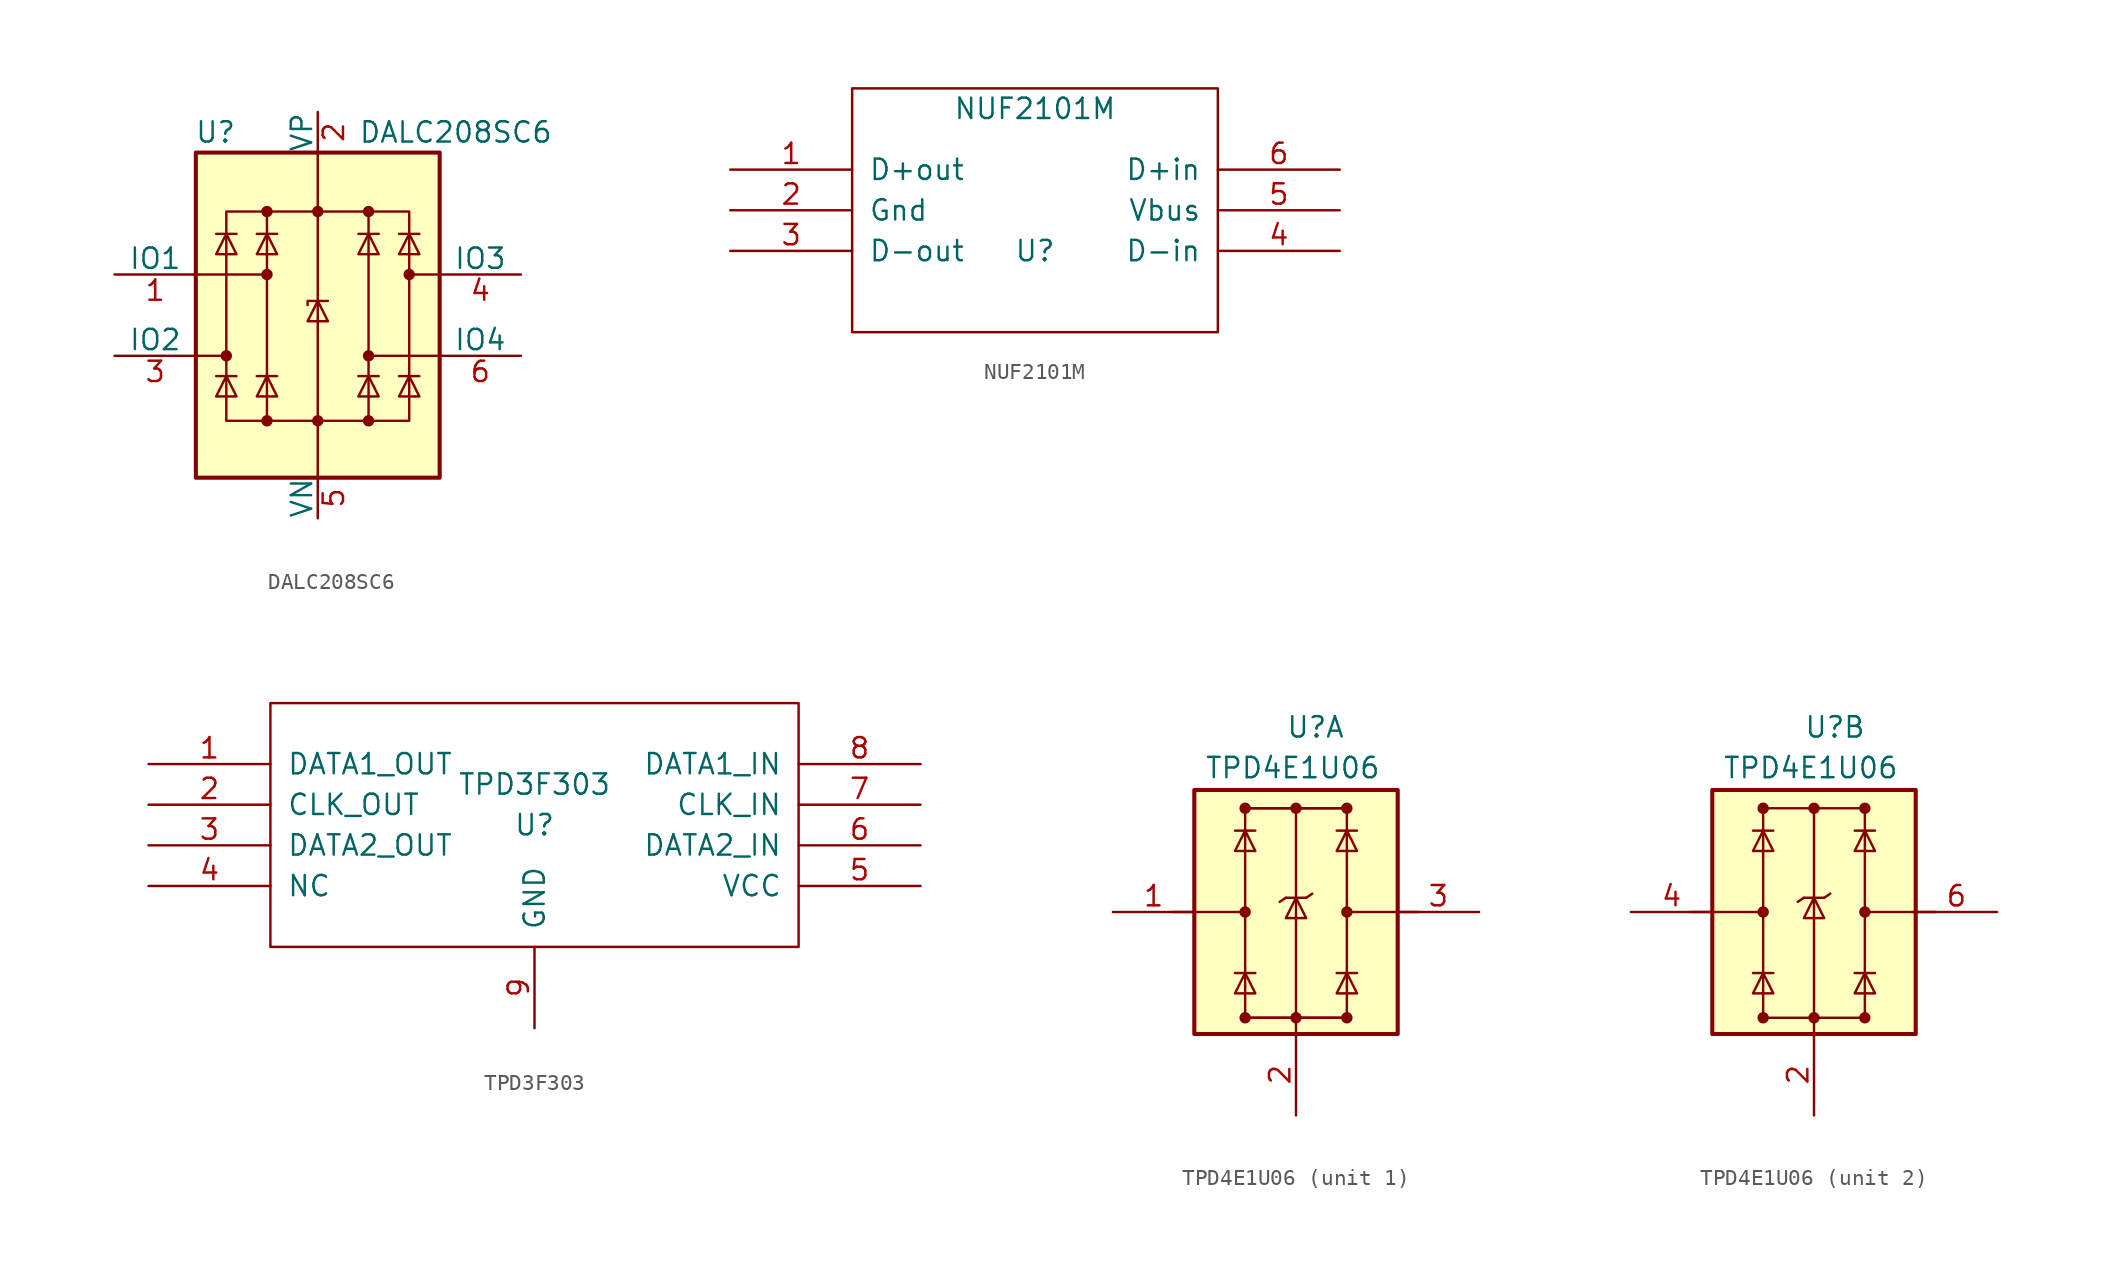
<source format=kicad_sym>
(kicad_symbol_lib
  (version 20211014)
  (generator kicad_symbol_editor)
  (symbol "DALC208SC6"
    (pin_names
      (offset 0))
    (property "Reference" "U"
      (at -5.08 11.43 0)
      (effects (font (size 1.27 1.27)) (justify right)))
    (property "Value" "DALC208SC6"
      (at 2.54 11.43 0)
      (effects (font (size 1.27 1.27)) (justify left)))
    (symbol "DALC208SC6_0_0"
      (rectangle (start -5.715 6.477) (end 5.715 -6.604) (stroke (width 0) (type default) (color 0 0 0 0)) (fill (type none)))
      (polyline (pts (xy -3.175 -6.604) (xy -3.175 6.477)) (stroke (width 0) (type default) (color 0 0 0 0)) (fill (type none)))
      (polyline (pts (xy 3.175 6.477) (xy 3.175 -6.604)) (stroke (width 0) (type default) (color 0 0 0 0)) (fill (type none))))
    (symbol "DALC208SC6_0_1"
      (rectangle (start -7.62 10.16) (end 7.62 -10.16) (stroke (width 0.254) (type default) (color 0 0 0 0)) (fill (type background)))
      (circle (center -5.715 -2.54) (radius 0.279) (stroke (width 0) (type default) (color 0 0 0 0)) (fill (type outline)))
      (circle (center -3.175 -6.604) (radius 0.279) (stroke (width 0) (type default) (color 0 0 0 0)) (fill (type outline)))
      (circle (center -3.175 2.54) (radius 0.279) (stroke (width 0) (type default) (color 0 0 0 0)) (fill (type outline)))
      (circle (center -3.175 6.477) (radius 0.279) (stroke (width 0) (type default) (color 0 0 0 0)) (fill (type outline)))
      (circle (center 0 -6.604) (radius 0.279) (stroke (width 0) (type default) (color 0 0 0 0)) (fill (type outline)))
      (polyline (pts (xy -7.747 2.54) (xy -3.175 2.54)) (stroke (width 0) (type default) (color 0 0 0 0)) (fill (type none)))
      (polyline (pts (xy -7.62 -2.54) (xy -5.715 -2.54)) (stroke (width 0) (type default) (color 0 0 0 0)) (fill (type none)))
      (polyline (pts (xy -5.08 -3.81) (xy -6.35 -3.81)) (stroke (width 0) (type default) (color 0 0 0 0)) (fill (type none)))
      (polyline (pts (xy -5.08 5.08) (xy -6.35 5.08)) (stroke (width 0) (type default) (color 0 0 0 0)) (fill (type none)))
      (polyline (pts (xy -2.54 -3.81) (xy -3.81 -3.81)) (stroke (width 0) (type default) (color 0 0 0 0)) (fill (type none)))
      (polyline (pts (xy -2.54 5.08) (xy -3.81 5.08)) (stroke (width 0) (type default) (color 0 0 0 0)) (fill (type none)))
      (polyline (pts (xy 0 10.16) (xy 0 -10.16)) (stroke (width 0) (type default) (color 0 0 0 0)) (fill (type none)))
      (polyline (pts (xy 3.81 -3.81) (xy 2.54 -3.81)) (stroke (width 0) (type default) (color 0 0 0 0)) (fill (type none)))
      (polyline (pts (xy 3.81 5.08) (xy 2.54 5.08)) (stroke (width 0) (type default) (color 0 0 0 0)) (fill (type none)))
      (polyline (pts (xy 6.35 -3.81) (xy 5.08 -3.81)) (stroke (width 0) (type default) (color 0 0 0 0)) (fill (type none)))
      (polyline (pts (xy 6.35 5.08) (xy 5.08 5.08)) (stroke (width 0) (type default) (color 0 0 0 0)) (fill (type none)))
      (polyline (pts (xy 7.62 -2.54) (xy 3.175 -2.54)) (stroke (width 0) (type default) (color 0 0 0 0)) (fill (type none)))
      (polyline (pts (xy 7.62 2.54) (xy 5.715 2.54)) (stroke (width 0) (type default) (color 0 0 0 0)) (fill (type none)))
      (polyline (pts (xy 0.635 0.889) (xy -0.635 0.889) (xy -0.635 0.635)) (stroke (width 0) (type default) (color 0 0 0 0)) (fill (type none)))
      (polyline (pts (xy -5.08 -5.08) (xy -6.35 -5.08) (xy -5.715 -3.81) (xy -5.08 -5.08)) (stroke (width 0) (type default) (color 0 0 0 0)) (fill (type none)))
      (polyline (pts (xy -5.08 3.81) (xy -6.35 3.81) (xy -5.715 5.08) (xy -5.08 3.81)) (stroke (width 0) (type default) (color 0 0 0 0)) (fill (type none)))
      (polyline (pts (xy -2.54 -5.08) (xy -3.81 -5.08) (xy -3.175 -3.81) (xy -2.54 -5.08)) (stroke (width 0) (type default) (color 0 0 0 0)) (fill (type none)))
      (polyline (pts (xy -2.54 3.81) (xy -3.81 3.81) (xy -3.175 5.08) (xy -2.54 3.81)) (stroke (width 0) (type default) (color 0 0 0 0)) (fill (type none)))
      (polyline (pts (xy 0.635 -0.381) (xy -0.635 -0.381) (xy 0 0.889) (xy 0.635 -0.381)) (stroke (width 0) (type default) (color 0 0 0 0)) (fill (type none)))
      (polyline (pts (xy 3.81 -5.08) (xy 2.54 -5.08) (xy 3.175 -3.81) (xy 3.81 -5.08)) (stroke (width 0) (type default) (color 0 0 0 0)) (fill (type none)))
      (polyline (pts (xy 3.81 3.81) (xy 2.54 3.81) (xy 3.175 5.08) (xy 3.81 3.81)) (stroke (width 0) (type default) (color 0 0 0 0)) (fill (type none)))
      (polyline (pts (xy 6.35 -5.08) (xy 5.08 -5.08) (xy 5.715 -3.81) (xy 6.35 -5.08)) (stroke (width 0) (type default) (color 0 0 0 0)) (fill (type none)))
      (polyline (pts (xy 6.35 3.81) (xy 5.08 3.81) (xy 5.715 5.08) (xy 6.35 3.81)) (stroke (width 0) (type default) (color 0 0 0 0)) (fill (type none)))
      (circle (center 0 6.477) (radius 0.279) (stroke (width 0) (type default) (color 0 0 0 0)) (fill (type outline)))
      (circle (center 3.175 -6.604) (radius 0.279) (stroke (width 0) (type default) (color 0 0 0 0)) (fill (type outline)))
      (circle (center 3.175 -2.54) (radius 0.279) (stroke (width 0) (type default) (color 0 0 0 0)) (fill (type outline)))
      (circle (center 3.175 6.477) (radius 0.279) (stroke (width 0) (type default) (color 0 0 0 0)) (fill (type outline)))
      (circle (center 5.715 2.54) (radius 0.279) (stroke (width 0) (type default) (color 0 0 0 0)) (fill (type outline))))
    (symbol "DALC208SC6_1_1"
      (pin passive line (at -12.7 2.54 0) (length 5.08) (name "IO1" (effects (font (size 1.27 1.27)))) (number "1" (effects (font (size 1.27 1.27)))))
      (pin passive line (at 0 12.7 270) (length 2.54) (name "VP" (effects (font (size 1.27 1.27)))) (number "2" (effects (font (size 1.27 1.27)))))
      (pin passive line (at -12.7 -2.54 0) (length 5.08) (name "IO2" (effects (font (size 1.27 1.27)))) (number "3" (effects (font (size 1.27 1.27)))))
      (pin passive line (at 12.7 2.54 180) (length 5.08) (name "IO3" (effects (font (size 1.27 1.27)))) (number "4" (effects (font (size 1.27 1.27)))))
      (pin passive line (at 0 -12.7 90) (length 2.54) (name "VN" (effects (font (size 1.27 1.27)))) (number "5" (effects (font (size 1.27 1.27)))))
      (pin passive line (at 12.7 -2.54 180) (length 5.08) (name "IO4" (effects (font (size 1.27 1.27)))) (number "6" (effects (font (size 1.27 1.27)))))))
  (symbol "NUF2101M"
    (pin_names
      (offset 1.016))
    (property "Reference" "U"
      (at 0 -2.54 0)
      (effects (font (size 1.27 1.27))))
    (property "Value" "NUF2101M"
      (at 0 6.35 0)
      (effects (font (size 1.27 1.27))))
    (symbol "NUF2101M_1_0"
      (rectangle (start -11.43 -7.62) (end 11.43 7.62) (stroke (width 0) (type default) (color 0 0 0 0)) (fill (type none))))
    (symbol "NUF2101M_1_1"
      (pin unspecified line (at -19.05 2.54 0) (length 7.62) (name "D+out" (effects (font (size 1.27 1.27)))) (number "1" (effects (font (size 1.27 1.27)))))
      (pin unspecified line (at -19.05 0 0) (length 7.62) (name "Gnd" (effects (font (size 1.27 1.27)))) (number "2" (effects (font (size 1.27 1.27)))))
      (pin unspecified line (at -19.05 -2.54 0) (length 7.62) (name "D-out" (effects (font (size 1.27 1.27)))) (number "3" (effects (font (size 1.27 1.27)))))
      (pin unspecified line (at 19.05 -2.54 180) (length 7.62) (name "D-in" (effects (font (size 1.27 1.27)))) (number "4" (effects (font (size 1.27 1.27)))))
      (pin unspecified line (at 19.05 0 180) (length 7.62) (name "Vbus" (effects (font (size 1.27 1.27)))) (number "5" (effects (font (size 1.27 1.27)))))
      (pin unspecified line (at 19.05 2.54 180) (length 7.62) (name "D+in" (effects (font (size 1.27 1.27)))) (number "6" (effects (font (size 1.27 1.27)))))))
  (symbol "TPD3F303"
    (pin_names
      (offset 1.016))
    (property "Reference" "U"
      (at 0 0 0)
      (effects (font (size 1.27 1.27))))
    (property "Value" "TPD3F303"
      (at 0 2.54 0)
      (effects (font (size 1.27 1.27))))
    (symbol "TPD3F303_0_1"
      (rectangle (start -16.51 7.62) (end 16.51 -7.62) (stroke (width 0) (type default) (color 0 0 0 0)) (fill (type none))))
    (symbol "TPD3F303_1_1"
      (pin input line (at -24.13 3.81 0) (length 7.62) (name "DATA1_OUT" (effects (font (size 1.27 1.27)))) (number "1" (effects (font (size 1.27 1.27)))))
      (pin input line (at -24.13 1.27 0) (length 7.62) (name "CLK_OUT" (effects (font (size 1.27 1.27)))) (number "2" (effects (font (size 1.27 1.27)))))
      (pin input line (at -24.13 -1.27 0) (length 7.62) (name "DATA2_OUT" (effects (font (size 1.27 1.27)))) (number "3" (effects (font (size 1.27 1.27)))))
      (pin input line (at -24.13 -3.81 0) (length 7.62) (name "NC" (effects (font (size 1.27 1.27)))) (number "4" (effects (font (size 1.27 1.27)))))
      (pin input line (at 24.13 -3.81 180) (length 7.62) (name "VCC" (effects (font (size 1.27 1.27)))) (number "5" (effects (font (size 1.27 1.27)))))
      (pin input line (at 24.13 -1.27 180) (length 7.62) (name "DATA2_IN" (effects (font (size 1.27 1.27)))) (number "6" (effects (font (size 1.27 1.27)))))
      (pin input line (at 24.13 1.27 180) (length 7.62) (name "CLK_IN" (effects (font (size 1.27 1.27)))) (number "7" (effects (font (size 1.27 1.27)))))
      (pin input line (at 24.13 3.81 180) (length 7.62) (name "DATA1_IN" (effects (font (size 1.27 1.27)))) (number "8" (effects (font (size 1.27 1.27)))))
      (pin input line (at 0 -12.7 90) (length 5.08) (name "GND" (effects (font (size 1.27 1.27)))) (number "9" (effects (font (size 1.27 1.27)))))))
  (symbol "TPD4E1U06"
    (pin_names
      (offset 1.016) hide)
    (property "Reference" "U"
      (at -0.635 10.795 0)
      (effects (font (size 1.27 1.27)) (justify left bottom)))
    (property "Value" "TPD4E1U06"
      (at -5.715 8.255 0)
      (effects (font (size 1.27 1.27)) (justify left bottom)))
    (symbol "TPD4E1U06_0_1"
      (polyline (pts (xy -3.175 -6.604) (xy 3.175 -6.604)) (stroke (width 0) (type default) (color 0 0 0 0)) (fill (type none)))
      (polyline (pts (xy -3.175 6.477) (xy 3.175 6.477)) (stroke (width 0) (type default) (color 0 0 0 0)) (fill (type none))))
    (symbol "TPD4E1U06_1_1"
      (rectangle (start -6.35 7.62) (end 6.35 -7.62) (stroke (width 0.254) (type default) (color 0 0 0 0)) (fill (type background)))
      (circle (center -3.175 -6.604) (radius 0.279) (stroke (width 0) (type default) (color 0 0 0 0)) (fill (type outline)))
      (circle (center -3.175 0) (radius 0.279) (stroke (width 0) (type default) (color 0 0 0 0)) (fill (type outline)))
      (circle (center -3.175 6.477) (radius 0.279) (stroke (width 0) (type default) (color 0 0 0 0)) (fill (type outline)))
      (circle (center 0 -6.604) (radius 0.279) (stroke (width 0) (type default) (color 0 0 0 0)) (fill (type outline)))
      (polyline (pts (xy -7.747 0) (xy -3.175 0)) (stroke (width 0) (type default) (color 0 0 0 0)) (fill (type none)))
      (polyline (pts (xy -3.175 -6.604) (xy -3.175 6.477)) (stroke (width 0) (type default) (color 0 0 0 0)) (fill (type none)))
      (polyline (pts (xy -3.175 -6.604) (xy 3.175 -6.604)) (stroke (width 0) (type default) (color 0 0 0 0)) (fill (type none)))
      (polyline (pts (xy -2.54 -3.81) (xy -3.81 -3.81)) (stroke (width 0) (type default) (color 0 0 0 0)) (fill (type none)))
      (polyline (pts (xy -2.54 5.08) (xy -3.81 5.08)) (stroke (width 0) (type default) (color 0 0 0 0)) (fill (type none)))
      (polyline (pts (xy -0.635 0.889) (xy -1.016 0.635)) (stroke (width 0) (type default) (color 0 0 0 0)) (fill (type none)))
      (polyline (pts (xy 0 -6.604) (xy 0 -7.62)) (stroke (width 0) (type default) (color 0 0 0 0)) (fill (type none)))
      (polyline (pts (xy 0 6.477) (xy 0 -6.604)) (stroke (width 0) (type default) (color 0 0 0 0)) (fill (type none)))
      (polyline (pts (xy 0.635 0.889) (xy -0.635 0.889)) (stroke (width 0) (type default) (color 0 0 0 0)) (fill (type none)))
      (polyline (pts (xy 0.635 0.889) (xy 1.016 1.143)) (stroke (width 0) (type default) (color 0 0 0 0)) (fill (type none)))
      (polyline (pts (xy 3.175 6.477) (xy 3.175 -6.604)) (stroke (width 0) (type default) (color 0 0 0 0)) (fill (type none)))
      (polyline (pts (xy 3.81 -3.81) (xy 2.54 -3.81)) (stroke (width 0) (type default) (color 0 0 0 0)) (fill (type none)))
      (polyline (pts (xy 3.81 5.08) (xy 2.54 5.08)) (stroke (width 0) (type default) (color 0 0 0 0)) (fill (type none)))
      (polyline (pts (xy 7.62 0) (xy 3.175 0)) (stroke (width 0) (type default) (color 0 0 0 0)) (fill (type none)))
      (polyline (pts (xy -3.175 6.477) (xy 3.15 6.477) (xy 3.175 6.477)) (stroke (width 0) (type default) (color 0 0 0 0)) (fill (type none)))
      (polyline (pts (xy -2.54 -5.08) (xy -3.81 -5.08) (xy -3.175 -3.81) (xy -2.54 -5.08)) (stroke (width 0) (type default) (color 0 0 0 0)) (fill (type none)))
      (polyline (pts (xy -2.54 3.81) (xy -3.81 3.81) (xy -3.175 5.08) (xy -2.54 3.81)) (stroke (width 0) (type default) (color 0 0 0 0)) (fill (type none)))
      (polyline (pts (xy 0.635 -0.381) (xy -0.635 -0.381) (xy 0 0.889) (xy 0.635 -0.381)) (stroke (width 0) (type default) (color 0 0 0 0)) (fill (type none)))
      (polyline (pts (xy 3.81 -5.08) (xy 2.54 -5.08) (xy 3.175 -3.81) (xy 3.81 -5.08)) (stroke (width 0) (type default) (color 0 0 0 0)) (fill (type none)))
      (polyline (pts (xy 3.81 3.81) (xy 2.54 3.81) (xy 3.175 5.08) (xy 3.81 3.81)) (stroke (width 0) (type default) (color 0 0 0 0)) (fill (type none)))
      (circle (center 0 6.477) (radius 0.279) (stroke (width 0) (type default) (color 0 0 0 0)) (fill (type outline)))
      (circle (center 3.175 -6.604) (radius 0.279) (stroke (width 0) (type default) (color 0 0 0 0)) (fill (type outline)))
      (circle (center 3.175 0) (radius 0.279) (stroke (width 0) (type default) (color 0 0 0 0)) (fill (type outline)))
      (circle (center 3.175 6.477) (radius 0.279) (stroke (width 0) (type default) (color 0 0 0 0)) (fill (type outline)))
      (pin passive line (at -11.43 0 0) (length 5.08) (name "D1+" (effects (font (size 1.27 1.27)))) (number "1" (effects (font (size 1.27 1.27)))))
      (pin power_in line (at 0 -12.7 90) (length 5.08) (name "GND" (effects (font (size 1.27 1.27)))) (number "2" (effects (font (size 1.27 1.27)))))
      (pin passive line (at 11.43 0 180) (length 5.08) (name "D1-" (effects (font (size 1.27 1.27)))) (number "3" (effects (font (size 1.27 1.27))))))
    (symbol "TPD4E1U06_2_1"
      (rectangle (start -6.35 7.62) (end 6.35 -7.62) (stroke (width 0.254) (type default) (color 0 0 0 0)) (fill (type background)))
      (circle (center -3.175 -6.604) (radius 0.279) (stroke (width 0) (type default) (color 0 0 0 0)) (fill (type outline)))
      (circle (center -3.175 0) (radius 0.279) (stroke (width 0) (type default) (color 0 0 0 0)) (fill (type outline)))
      (circle (center -3.175 6.477) (radius 0.279) (stroke (width 0) (type default) (color 0 0 0 0)) (fill (type outline)))
      (circle (center 0 -6.604) (radius 0.279) (stroke (width 0) (type default) (color 0 0 0 0)) (fill (type outline)))
      (polyline (pts (xy -7.747 0) (xy -3.175 0)) (stroke (width 0) (type default) (color 0 0 0 0)) (fill (type none)))
      (polyline (pts (xy -3.175 -6.604) (xy -3.175 6.477)) (stroke (width 0) (type default) (color 0 0 0 0)) (fill (type none)))
      (polyline (pts (xy -2.54 -3.81) (xy -3.81 -3.81)) (stroke (width 0) (type default) (color 0 0 0 0)) (fill (type none)))
      (polyline (pts (xy -2.54 5.08) (xy -3.81 5.08)) (stroke (width 0) (type default) (color 0 0 0 0)) (fill (type none)))
      (polyline (pts (xy -0.635 0.889) (xy -1.016 0.635)) (stroke (width 0) (type default) (color 0 0 0 0)) (fill (type none)))
      (polyline (pts (xy 0 -6.604) (xy 0 -7.62)) (stroke (width 0) (type default) (color 0 0 0 0)) (fill (type none)))
      (polyline (pts (xy 0 6.477) (xy 0 -6.604)) (stroke (width 0) (type default) (color 0 0 0 0)) (fill (type none)))
      (polyline (pts (xy 0.635 0.889) (xy -0.635 0.889)) (stroke (width 0) (type default) (color 0 0 0 0)) (fill (type none)))
      (polyline (pts (xy 0.635 0.889) (xy 1.016 1.143)) (stroke (width 0) (type default) (color 0 0 0 0)) (fill (type none)))
      (polyline (pts (xy 3.175 6.477) (xy 3.175 -6.604)) (stroke (width 0) (type default) (color 0 0 0 0)) (fill (type none)))
      (polyline (pts (xy 3.81 -3.81) (xy 2.54 -3.81)) (stroke (width 0) (type default) (color 0 0 0 0)) (fill (type none)))
      (polyline (pts (xy 3.81 5.08) (xy 2.54 5.08)) (stroke (width 0) (type default) (color 0 0 0 0)) (fill (type none)))
      (polyline (pts (xy 7.62 0) (xy 3.175 0)) (stroke (width 0) (type default) (color 0 0 0 0)) (fill (type none)))
      (polyline (pts (xy -2.54 -5.08) (xy -3.81 -5.08) (xy -3.175 -3.81) (xy -2.54 -5.08)) (stroke (width 0) (type default) (color 0 0 0 0)) (fill (type none)))
      (polyline (pts (xy -2.54 3.81) (xy -3.81 3.81) (xy -3.175 5.08) (xy -2.54 3.81)) (stroke (width 0) (type default) (color 0 0 0 0)) (fill (type none)))
      (polyline (pts (xy 0.635 -0.381) (xy -0.635 -0.381) (xy 0 0.889) (xy 0.635 -0.381)) (stroke (width 0) (type default) (color 0 0 0 0)) (fill (type none)))
      (polyline (pts (xy 3.81 -5.08) (xy 2.54 -5.08) (xy 3.175 -3.81) (xy 3.81 -5.08)) (stroke (width 0) (type default) (color 0 0 0 0)) (fill (type none)))
      (polyline (pts (xy 3.81 3.81) (xy 2.54 3.81) (xy 3.175 5.08) (xy 3.81 3.81)) (stroke (width 0) (type default) (color 0 0 0 0)) (fill (type none)))
      (circle (center 0 6.477) (radius 0.279) (stroke (width 0) (type default) (color 0 0 0 0)) (fill (type outline)))
      (circle (center 3.175 -6.604) (radius 0.279) (stroke (width 0) (type default) (color 0 0 0 0)) (fill (type outline)))
      (circle (center 3.175 0) (radius 0.279) (stroke (width 0) (type default) (color 0 0 0 0)) (fill (type outline)))
      (circle (center 3.175 6.477) (radius 0.279) (stroke (width 0) (type default) (color 0 0 0 0)) (fill (type outline)))
      (pin power_in line (at 0 -12.7 90) (length 5.08) (name "GND" (effects (font (size 1.27 1.27)))) (number "2" (effects (font (size 1.27 1.27)))))
      (pin passive line (at -11.43 0 0) (length 5.08) (name "D2+" (effects (font (size 1.27 1.27)))) (number "4" (effects (font (size 1.27 1.27)))))
      (pin passive line (at 11.43 0 180) (length 5.08) (name "D2-" (effects (font (size 1.27 1.27)))) (number "6" (effects (font (size 1.27 1.27))))))))
</source>
